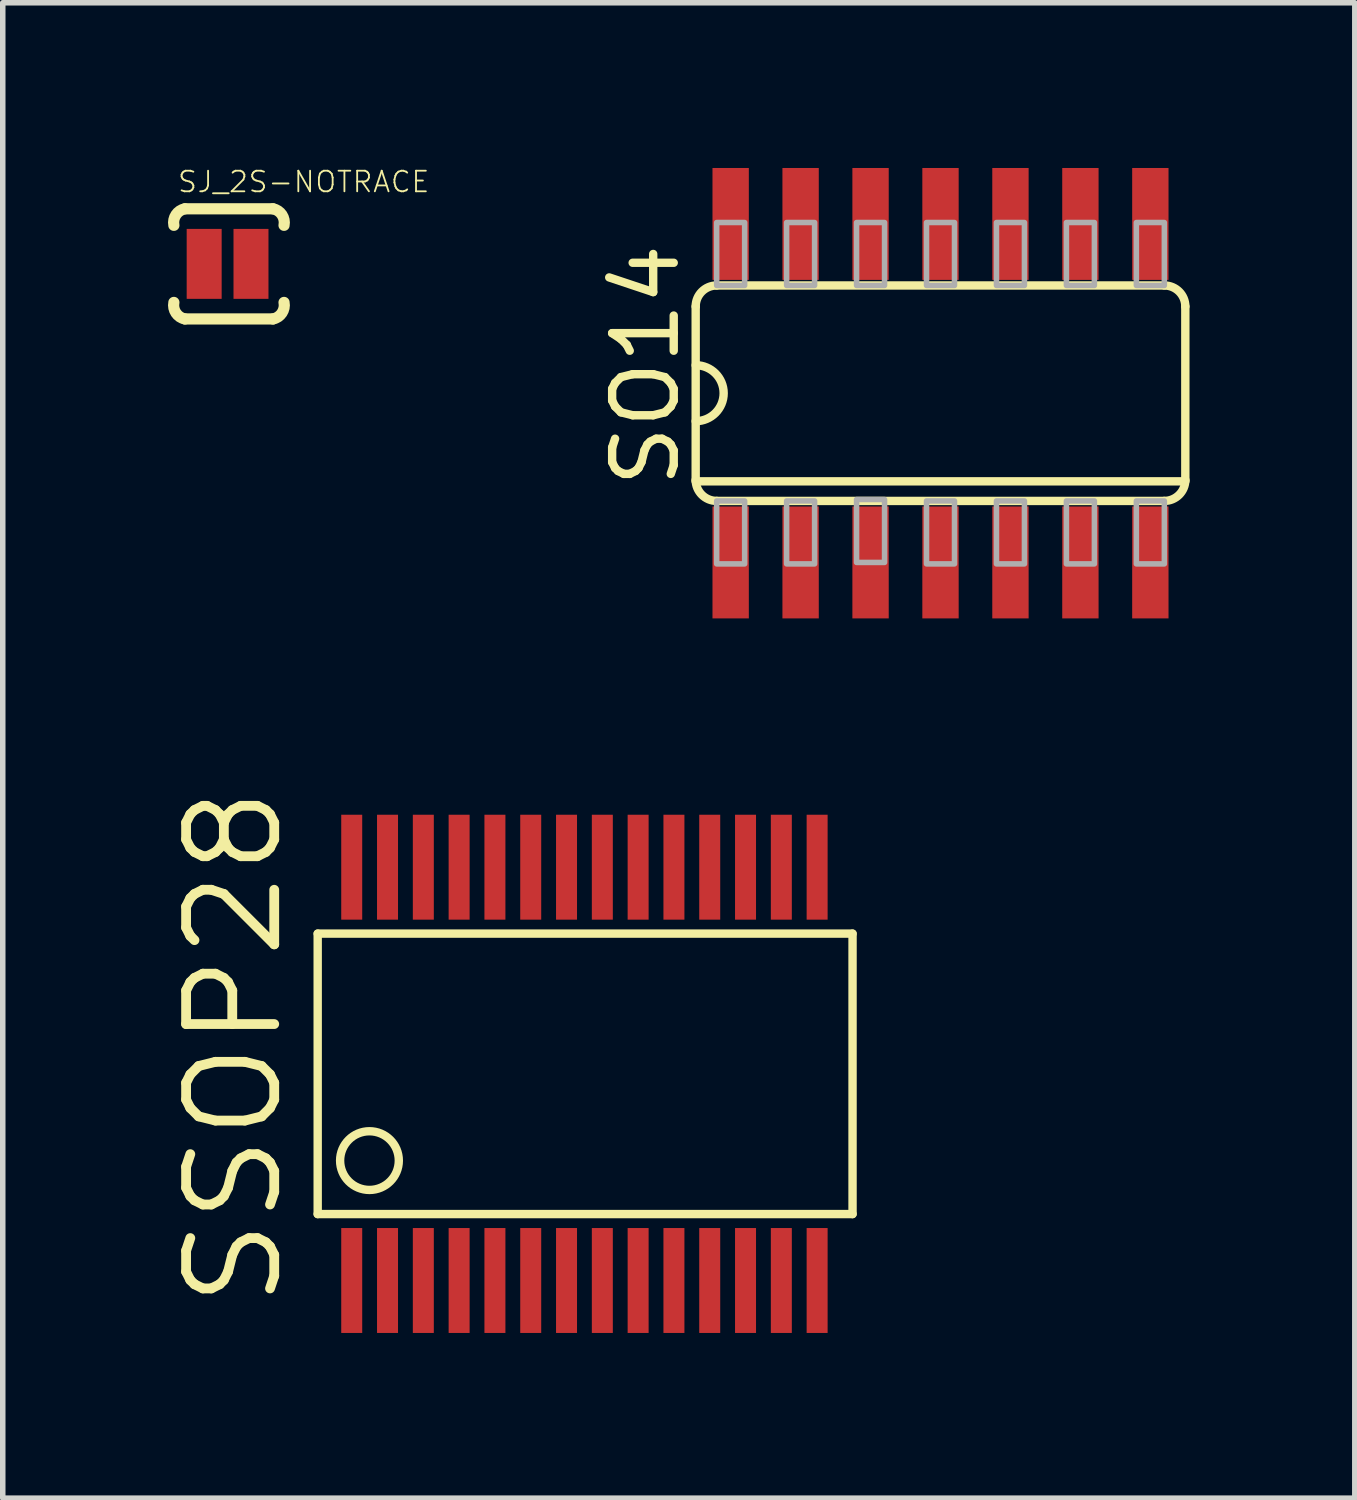
<source format=kicad_pcb>
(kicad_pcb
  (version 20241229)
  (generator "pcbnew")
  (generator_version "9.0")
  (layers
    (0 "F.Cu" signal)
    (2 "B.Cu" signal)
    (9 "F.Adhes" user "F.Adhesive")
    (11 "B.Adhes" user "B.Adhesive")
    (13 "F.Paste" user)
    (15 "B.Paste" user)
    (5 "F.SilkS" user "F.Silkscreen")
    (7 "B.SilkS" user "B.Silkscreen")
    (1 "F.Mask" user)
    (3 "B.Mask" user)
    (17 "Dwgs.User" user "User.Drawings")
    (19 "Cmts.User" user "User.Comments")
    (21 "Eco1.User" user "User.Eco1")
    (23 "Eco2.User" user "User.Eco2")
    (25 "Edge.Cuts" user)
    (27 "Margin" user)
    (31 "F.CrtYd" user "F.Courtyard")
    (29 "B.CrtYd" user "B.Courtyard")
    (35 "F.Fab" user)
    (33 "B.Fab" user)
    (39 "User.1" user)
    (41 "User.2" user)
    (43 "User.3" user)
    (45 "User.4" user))
  (footprint "SSOP28"
    (layer "F.Cu")
    (at 7.886 16.447)
    (property "Reference" "SSOP28" (at -5.752 4.318 90) (unlocked yes) (layer "F.SilkS") (effects (font (size 1.6 1.6) (thickness 0.178)) (justify left bottom)))
    (fp_line (start -5.168 -2.546) (end -5.168 2.546) (stroke (width 0.152) (type solid)) (layer "F.SilkS"))
    (fp_line (start -5.168 2.546) (end 4.543 2.546) (stroke (width 0.152) (type solid)) (layer "F.SilkS"))
    (fp_line (start 4.543 -2.546) (end -5.168 -2.546) (stroke (width 0.152) (type solid)) (layer "F.SilkS"))
    (fp_line (start 4.543 2.546) (end 4.543 -2.546) (stroke (width 0.152) (type solid)) (layer "F.SilkS"))
    (fp_circle (center -4.228 1.575) (end -3.695 1.575) (stroke (width 0.152) (type solid)) (fill no) (layer "F.SilkS"))
    (pad "1" smd rect (at -4.55 3.752 90) (size 1.905 0.381) (layers "F.Cu" "F.Mask" "F.Paste"))
    (pad "2" smd rect (at -3.9 3.752 90) (size 1.905 0.381) (layers "F.Cu" "F.Mask" "F.Paste"))
    (pad "3" smd rect (at -3.25 3.752 90) (size 1.905 0.381) (layers "F.Cu" "F.Mask" "F.Paste"))
    (pad "4" smd rect (at -2.6 3.752 90) (size 1.905 0.381) (layers "F.Cu" "F.Mask" "F.Paste"))
    (pad "5" smd rect (at -1.95 3.752 90) (size 1.905 0.381) (layers "F.Cu" "F.Mask" "F.Paste"))
    (pad "6" smd rect (at -1.3 3.752 90) (size 1.905 0.381) (layers "F.Cu" "F.Mask" "F.Paste"))
    (pad "7" smd rect (at -0.65 3.752 90) (size 1.905 0.381) (layers "F.Cu" "F.Mask" "F.Paste"))
    (pad "8" smd rect (at 0 3.752 90) (size 1.905 0.381) (layers "F.Cu" "F.Mask" "F.Paste"))
    (pad "9" smd rect (at 0.65 3.752 90) (size 1.905 0.381) (layers "F.Cu" "F.Mask" "F.Paste"))
    (pad "10" smd rect (at 1.3 3.752 90) (size 1.905 0.381) (layers "F.Cu" "F.Mask" "F.Paste"))
    (pad "11" smd rect (at 1.95 3.752 90) (size 1.905 0.381) (layers "F.Cu" "F.Mask" "F.Paste"))
    (pad "12" smd rect (at 2.6 3.752 90) (size 1.905 0.381) (layers "F.Cu" "F.Mask" "F.Paste"))
    (pad "13" smd rect (at 3.25 3.752 90) (size 1.905 0.381) (layers "F.Cu" "F.Mask" "F.Paste"))
    (pad "14" smd rect (at 3.9 3.752 90) (size 1.905 0.381) (layers "F.Cu" "F.Mask" "F.Paste"))
    (pad "15" smd rect (at 3.9 -3.752 90) (size 1.905 0.381) (layers "F.Cu" "F.Mask" "F.Paste"))
    (pad "16" smd rect (at 3.25 -3.752 90) (size 1.905 0.381) (layers "F.Cu" "F.Mask" "F.Paste"))
    (pad "17" smd rect (at 2.6 -3.752 90) (size 1.905 0.381) (layers "F.Cu" "F.Mask" "F.Paste"))
    (pad "18" smd rect (at 1.95 -3.752 90) (size 1.905 0.381) (layers "F.Cu" "F.Mask" "F.Paste"))
    (pad "19" smd rect (at 1.3 -3.752 90) (size 1.905 0.381) (layers "F.Cu" "F.Mask" "F.Paste"))
    (pad "20" smd rect (at 0.65 -3.752 90) (size 1.905 0.381) (layers "F.Cu" "F.Mask" "F.Paste"))
    (pad "21" smd rect (at 0 -3.752 90) (size 1.905 0.381) (layers "F.Cu" "F.Mask" "F.Paste"))
    (pad "22" smd rect (at -0.65 -3.752 90) (size 1.905 0.381) (layers "F.Cu" "F.Mask" "F.Paste"))
    (pad "23" smd rect (at -1.3 -3.752 90) (size 1.905 0.381) (layers "F.Cu" "F.Mask" "F.Paste"))
    (pad "24" smd rect (at -1.95 -3.752 90) (size 1.905 0.381) (layers "F.Cu" "F.Mask" "F.Paste"))
    (pad "25" smd rect (at -2.6 -3.752 90) (size 1.905 0.381) (layers "F.Cu" "F.Mask" "F.Paste"))
    (pad "26" smd rect (at -3.25 -3.752 90) (size 1.905 0.381) (layers "F.Cu" "F.Mask" "F.Paste"))
    (pad "27" smd rect (at -3.9 -3.752 90) (size 1.905 0.381) (layers "F.Cu" "F.Mask" "F.Paste"))
    (pad "28" smd rect (at -4.55 -3.752 90) (size 1.905 0.381) (layers "F.Cu" "F.Mask" "F.Paste")))
  (footprint "SO14"
    (layer "F.Cu")
    (at 14.026 4.089)
    (property "Reference" "SO14" (at -4.699 1.778 90) (unlocked yes) (layer "F.SilkS") (effects (font (size 1.118 1.118) (thickness 0.152)) (justify left bottom)))
    (fp_line (start -4.445 -1.575) (end -4.445 1.575) (stroke (width 0.152) (type solid)) (layer "F.SilkS"))
    (fp_line (start -4.445 1.6) (end 4.445 1.6) (stroke (width 0.152) (type solid)) (layer "F.SilkS"))
    (fp_line (start -4.064 1.956) (end 4.064 1.956) (stroke (width 0.152) (type solid)) (layer "F.SilkS"))
    (fp_line (start 4.064 -1.956) (end -4.064 -1.956) (stroke (width 0.152) (type solid)) (layer "F.SilkS"))
    (fp_line (start 4.445 1.575) (end 4.445 -1.575) (stroke (width 0.152) (type solid)) (layer "F.SilkS"))
    (fp_arc (start -4.445 -1.5748) (mid -4.333408 -1.844208) (end -4.064 -1.9558) (stroke (width 0.1524) (type solid)) (layer "F.SilkS"))
    (fp_arc (start -4.445 -0.508) (mid -3.937 0) (end -4.445 0.508) (stroke (width 0.1524) (type solid)) (layer "F.SilkS"))
    (fp_arc (start -4.064 1.9558) (mid -4.333408 1.844208) (end -4.445 1.5748) (stroke (width 0.1524) (type solid)) (layer "F.SilkS"))
    (fp_arc (start 4.064 -1.9558) (mid 4.333408 -1.844208) (end 4.445 -1.5748) (stroke (width 0.1524) (type solid)) (layer "F.SilkS"))
    (fp_arc (start 4.445 1.5748) (mid 4.333408 1.844208) (end 4.064 1.9558) (stroke (width 0.1524) (type solid)) (layer "F.SilkS"))
    (fp_poly (pts (xy -4.064 -1.956) (xy -3.556 -1.956) (xy -3.556 -3.099) (xy -4.064 -3.099)) (stroke (width 0.1) (type default)) (fill no) (layer "F.Fab"))
    (fp_poly (pts (xy -4.064 3.099) (xy -3.556 3.099) (xy -3.556 1.956) (xy -4.064 1.956)) (stroke (width 0.1) (type default)) (fill no) (layer "F.Fab"))
    (fp_poly (pts (xy -2.794 -1.956) (xy -2.286 -1.956) (xy -2.286 -3.099) (xy -2.794 -3.099)) (stroke (width 0.1) (type default)) (fill no) (layer "F.Fab"))
    (fp_poly (pts (xy -2.794 3.099) (xy -2.286 3.099) (xy -2.286 1.956) (xy -2.794 1.956)) (stroke (width 0.1) (type default)) (fill no) (layer "F.Fab"))
    (fp_poly (pts (xy -1.524 -1.956) (xy -1.016 -1.956) (xy -1.016 -3.099) (xy -1.524 -3.099)) (stroke (width 0.1) (type default)) (fill no) (layer "F.Fab"))
    (fp_poly (pts (xy -1.524 3.073) (xy -1.016 3.073) (xy -1.016 1.93) (xy -1.524 1.93)) (stroke (width 0.1) (type default)) (fill no) (layer "F.Fab"))
    (fp_poly (pts (xy -0.254 -1.956) (xy 0.254 -1.956) (xy 0.254 -3.099) (xy -0.254 -3.099)) (stroke (width 0.1) (type default)) (fill no) (layer "F.Fab"))
    (fp_poly (pts (xy -0.254 3.099) (xy 0.254 3.099) (xy 0.254 1.956) (xy -0.254 1.956)) (stroke (width 0.1) (type default)) (fill no) (layer "F.Fab"))
    (fp_poly (pts (xy 1.016 -1.956) (xy 1.524 -1.956) (xy 1.524 -3.099) (xy 1.016 -3.099)) (stroke (width 0.1) (type default)) (fill no) (layer "F.Fab"))
    (fp_poly (pts (xy 1.016 3.099) (xy 1.524 3.099) (xy 1.524 1.956) (xy 1.016 1.956)) (stroke (width 0.1) (type default)) (fill no) (layer "F.Fab"))
    (fp_poly (pts (xy 2.286 -1.956) (xy 2.794 -1.956) (xy 2.794 -3.099) (xy 2.286 -3.099)) (stroke (width 0.1) (type default)) (fill no) (layer "F.Fab"))
    (fp_poly (pts (xy 2.286 3.099) (xy 2.794 3.099) (xy 2.794 1.956) (xy 2.286 1.956)) (stroke (width 0.1) (type default)) (fill no) (layer "F.Fab"))
    (fp_poly (pts (xy 3.556 -1.956) (xy 4.064 -1.956) (xy 4.064 -3.099) (xy 3.556 -3.099)) (stroke (width 0.1) (type default)) (fill no) (layer "F.Fab"))
    (fp_poly (pts (xy 3.556 3.099) (xy 4.064 3.099) (xy 4.064 1.956) (xy 3.556 1.956)) (stroke (width 0.1) (type default)) (fill no) (layer "F.Fab"))
    (pad "1" smd rect (at -3.81 3.073) (size 0.66 2.032) (layers "F.Cu" "F.Mask" "F.Paste"))
    (pad "2" smd rect (at -2.54 3.073) (size 0.66 2.032) (layers "F.Cu" "F.Mask" "F.Paste"))
    (pad "3" smd rect (at -1.27 3.073) (size 0.66 2.032) (layers "F.Cu" "F.Mask" "F.Paste"))
    (pad "4" smd rect (at 0 3.073) (size 0.66 2.032) (layers "F.Cu" "F.Mask" "F.Paste"))
    (pad "5" smd rect (at 1.27 3.073) (size 0.66 2.032) (layers "F.Cu" "F.Mask" "F.Paste"))
    (pad "6" smd rect (at 2.54 3.073) (size 0.66 2.032) (layers "F.Cu" "F.Mask" "F.Paste"))
    (pad "7" smd rect (at 3.81 3.073) (size 0.66 2.032) (layers "F.Cu" "F.Mask" "F.Paste"))
    (pad "8" smd rect (at 3.81 -3.073) (size 0.66 2.032) (layers "F.Cu" "F.Mask" "F.Paste"))
    (pad "9" smd rect (at 2.54 -3.073) (size 0.66 2.032) (layers "F.Cu" "F.Mask" "F.Paste"))
    (pad "10" smd rect (at 1.27 -3.073) (size 0.66 2.032) (layers "F.Cu" "F.Mask" "F.Paste"))
    (pad "11" smd rect (at 0 -3.073) (size 0.66 2.032) (layers "F.Cu" "F.Mask" "F.Paste"))
    (pad "12" smd rect (at -1.27 -3.073) (size 0.66 2.032) (layers "F.Cu" "F.Mask" "F.Paste"))
    (pad "13" smd rect (at -2.54 -3.073) (size 0.66 2.032) (layers "F.Cu" "F.Mask" "F.Paste"))
    (pad "14" smd rect (at -3.81 -3.073) (size 0.66 2.032) (layers "F.Cu" "F.Mask" "F.Paste")))
  (footprint "SJ_2S-NOTRACE"
    (layer "F.Cu")
    (at 1.107 1.741)
    (property "Reference" "SJ_2S-NOTRACE" (at -0.953 -1.27 0) (unlocked yes) (layer "F.SilkS") (effects (font (size 0.374 0.374) (thickness 0.033)) (justify left bottom)))
    (fp_line (start -0.8 -1) (end 0.8 -1) (stroke (width 0.203) (type solid)) (layer "F.SilkS"))
    (fp_line (start 0.8 1) (end -0.8 1) (stroke (width 0.203) (type solid)) (layer "F.SilkS"))
    (fp_arc (start -1 -0.7) (mid -0.962161 -0.891441) (end -0.799999 -0.999999) (stroke (width 0.2032) (type solid)) (layer "F.SilkS"))
    (fp_arc (start -0.799999 0.999999) (mid -0.96216 0.891441) (end -1 0.7) (stroke (width 0.2032) (type solid)) (layer "F.SilkS"))
    (fp_arc (start 0.8 -1) (mid 0.962191 -0.89146) (end 0.999999 -0.699999) (stroke (width 0.2032) (type solid)) (layer "F.SilkS"))
    (fp_arc (start 1.000001 0.699999) (mid 0.962162 0.891441) (end 0.8 1) (stroke (width 0.2032) (type solid)) (layer "F.SilkS"))
    (fp_poly (pts (xy -1.016 1.016) (xy 1.016 1.016) (xy 1.016 -1.016) (xy -1.016 -1.016)) (stroke (width 0) (type default)) (fill yes) (layer "F.Paste"))
    (pad "1" smd rect (at -0.45 0) (size 0.635 1.27) (layers "F.Cu" "F.Mask"))
    (pad "2" smd rect (at 0.4 0) (size 0.635 1.27) (layers "F.Cu" "F.Mask")))
  (gr_rect
    (start -3 -3)
    (end 21.548 24.151)
    (stroke (width 0.1) (type default))
    (fill no)
    (layer "Edge.Cuts")))
</source>
